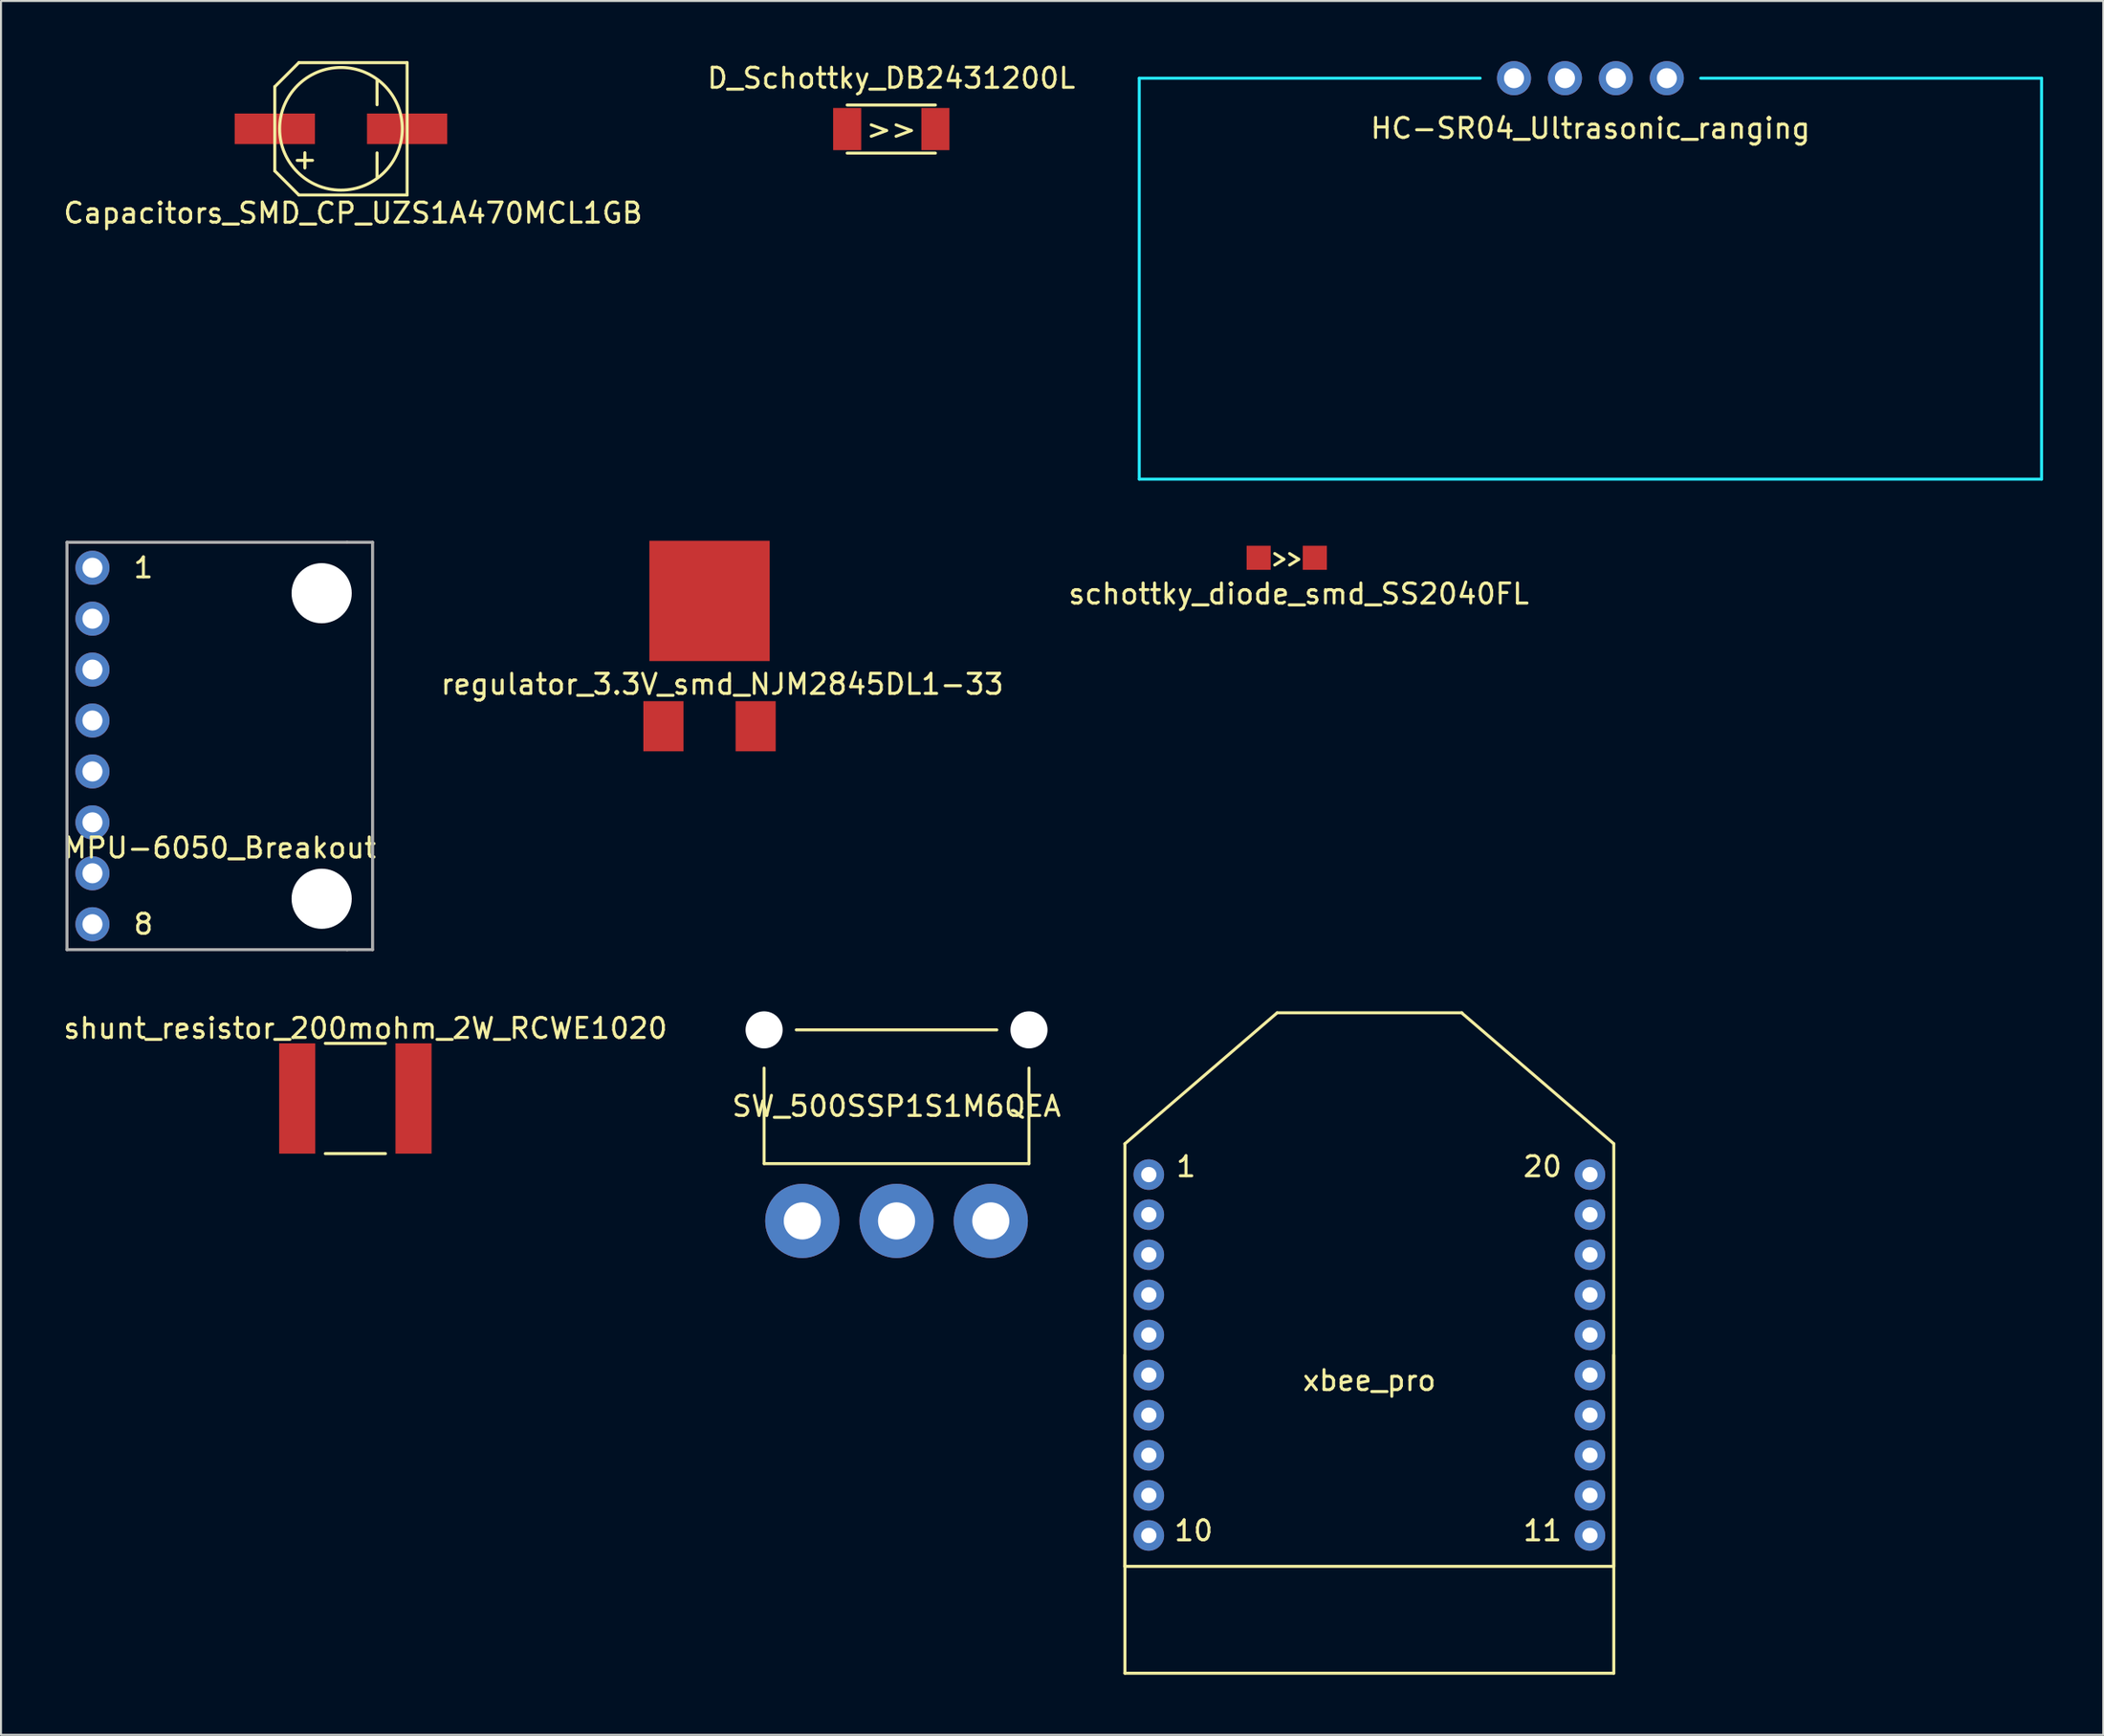
<source format=kicad_pcb>
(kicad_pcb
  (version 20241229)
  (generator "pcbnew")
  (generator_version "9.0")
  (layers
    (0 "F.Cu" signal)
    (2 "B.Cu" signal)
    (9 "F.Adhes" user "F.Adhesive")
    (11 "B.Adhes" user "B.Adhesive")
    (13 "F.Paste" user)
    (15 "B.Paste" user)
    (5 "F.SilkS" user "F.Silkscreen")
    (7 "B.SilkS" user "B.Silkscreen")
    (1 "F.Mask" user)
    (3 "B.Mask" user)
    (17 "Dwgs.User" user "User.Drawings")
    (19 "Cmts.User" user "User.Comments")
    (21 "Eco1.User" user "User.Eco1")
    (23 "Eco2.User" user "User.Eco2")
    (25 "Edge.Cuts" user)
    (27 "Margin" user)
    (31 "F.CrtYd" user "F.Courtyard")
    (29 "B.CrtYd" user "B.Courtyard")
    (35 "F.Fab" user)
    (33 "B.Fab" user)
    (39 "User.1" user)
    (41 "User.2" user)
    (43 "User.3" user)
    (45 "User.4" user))
  (footprint "MPU-6050_Breakout"
    (layer "F.Cu")
    (at 4.101 37.97)
    (property "Reference" "MPU-6050_Breakout" (at 3.81 1.27 0) (layer "F.SilkS") (effects (font (size 1 1) (thickness 0.15))))
    (attr through_hole)
    (fp_line (start -3.81 -13.97) (end -3.81 6.35) (stroke (width 0.15) (type solid)) (layer "F.Fab"))
    (fp_line (start -3.81 6.35) (end 10.16 6.35) (stroke (width 0.15) (type solid)) (layer "F.Fab"))
    (fp_line (start 10.16 -13.97) (end -3.81 -13.97) (stroke (width 0.15) (type solid)) (layer "F.Fab"))
    (fp_line (start 10.16 6.35) (end 11.43 6.35) (stroke (width 0.15) (type solid)) (layer "F.Fab"))
    (fp_line (start 11.43 -13.97) (end 10.16 -13.97) (stroke (width 0.15) (type solid)) (layer "F.Fab"))
    (fp_line (start 11.43 6.35) (end 11.43 -13.97) (stroke (width 0.15) (type solid)) (layer "F.Fab"))
    (fp_text user "8" (at 0 5.08 0) (layer "F.SilkS") (effects (font (size 1 1) (thickness 0.15))))
    (fp_text user "1" (at 0 -12.7 0) (layer "F.SilkS") (effects (font (size 1 1) (thickness 0.15))))
    (pad "" np_thru_hole circle (at 8.89 -11.43) (size 3 3) (drill 3) (layers "*.Cu" "*.Mask"))
    (pad "" np_thru_hole circle (at 8.89 3.81) (size 3 3) (drill 3) (layers "*.Cu" "*.Mask"))
    (pad "1" thru_hole circle (at -2.54 -12.7) (size 1.7 1.7) (drill 1) (layers "*.Cu" "*.Mask"))
    (pad "2" thru_hole circle (at -2.54 -10.16) (size 1.7 1.7) (drill 1) (layers "*.Cu" "*.Mask"))
    (pad "3" thru_hole circle (at -2.54 -7.62) (size 1.7 1.7) (drill 1) (layers "*.Cu" "*.Mask"))
    (pad "4" thru_hole circle (at -2.54 -5.08) (size 1.7 1.7) (drill 1) (layers "*.Cu" "*.Mask"))
    (pad "5" thru_hole circle (at -2.54 -2.54) (size 1.7 1.7) (drill 1) (layers "*.Cu" "*.Mask"))
    (pad "6" thru_hole circle (at -2.54 0) (size 1.7 1.7) (drill 1) (layers "*.Cu" "*.Mask"))
    (pad "7" thru_hole circle (at -2.54 2.54) (size 1.7 1.7) (drill 1) (layers "*.Cu" "*.Mask"))
    (pad "8" thru_hole circle (at -2.54 5.08) (size 1.7 1.7) (drill 1) (layers "*.Cu" "*.Mask")))
  (footprint "shunt_resistor_200mohm_2W_RCWE1020"
    (layer "F.Cu")
    (at 14.673 51.743)
    (property "Reference" "shunt_resistor_200mohm_2W_RCWE1020" (at 0.5 -3.5 0) (layer "F.SilkS") (effects (font (size 1 1) (thickness 0.15))))
    (attr through_hole)
    (fp_line (start -1.5 -2.75) (end 1.5 -2.75) (stroke (width 0.15) (type solid)) (layer "F.SilkS"))
    (fp_line (start -1.5 2.75) (end 1.5 2.75) (stroke (width 0.15) (type solid)) (layer "F.SilkS"))
    (pad "1" smd rect (at -2.9 0) (size 1.8 5.5) (layers "F.Cu" "F.Mask" "F.Paste"))
    (pad "2" smd rect (at 2.9 0) (size 1.8 5.5) (layers "F.Cu" "F.Mask" "F.Paste")))
  (footprint "xbee_pro"
    (layer "F.Cu")
    (at 65.241 64.54)
    (property "Reference" "xbee_pro" (at 0 1.27 0) (layer "F.SilkS") (effects (font (size 1 1) (thickness 0.15))))
    (attr through_hole)
    (fp_line (start -12.19 -10.54) (end -12.19 10.54) (stroke (width 0.15) (type solid)) (layer "F.SilkS"))
    (fp_line (start -12.19 10.54) (end 12.19 10.54) (stroke (width 0.15) (type solid)) (layer "F.SilkS"))
    (fp_line (start -12.19 15.87) (end -12.19 0) (stroke (width 0.15) (type solid)) (layer "F.SilkS"))
    (fp_line (start -12.19 15.87) (end 12.19 15.87) (stroke (width 0.15) (type solid)) (layer "F.SilkS"))
    (fp_line (start -4.6 -17.07) (end -12.19 -10.54) (stroke (width 0.15) (type solid)) (layer "F.SilkS"))
    (fp_line (start -4.6 -17.07) (end 4.62 -17.07) (stroke (width 0.15) (type solid)) (layer "F.SilkS"))
    (fp_line (start 4.6 -17.07) (end 12.19 -10.54) (stroke (width 0.15) (type solid)) (layer "F.SilkS"))
    (fp_line (start 12.19 10.54) (end 12.19 -10.54) (stroke (width 0.15) (type solid)) (layer "F.SilkS"))
    (fp_line (start 12.19 15.87) (end 12.19 0) (stroke (width 0.15) (type solid)) (layer "F.SilkS"))
    (fp_text user "11" (at 8.636 8.763 0) (layer "F.SilkS") (effects (font (size 1 1) (thickness 0.15))))
    (fp_text user "10" (at -8.763 8.763 0) (layer "F.SilkS") (effects (font (size 1 1) (thickness 0.15))))
    (fp_text user "1" (at -9.144 -9.398 0) (layer "F.SilkS") (effects (font (size 1 1) (thickness 0.15))))
    (fp_text user "20" (at 8.636 -9.398 0) (layer "F.SilkS") (effects (font (size 1 1) (thickness 0.15))))
    (pad "1" thru_hole circle (at -11 -9) (size 1.524 1.524) (drill 0.762) (layers "*.Cu" "*.Mask"))
    (pad "2" thru_hole circle (at -11 -7) (size 1.524 1.524) (drill 0.762) (layers "*.Cu" "*.Mask"))
    (pad "3" thru_hole circle (at -11 -5) (size 1.524 1.524) (drill 0.762) (layers "*.Cu" "*.Mask"))
    (pad "4" thru_hole circle (at -11 -3) (size 1.524 1.524) (drill 0.762) (layers "*.Cu" "*.Mask"))
    (pad "5" thru_hole circle (at -11 -1) (size 1.524 1.524) (drill 0.762) (layers "*.Cu" "*.Mask"))
    (pad "6" thru_hole circle (at -11 1) (size 1.524 1.524) (drill 0.762) (layers "*.Cu" "*.Mask"))
    (pad "7" thru_hole circle (at -11 3) (size 1.524 1.524) (drill 0.762) (layers "*.Cu" "*.Mask"))
    (pad "8" thru_hole circle (at -11 5) (size 1.524 1.524) (drill 0.762) (layers "*.Cu" "*.Mask"))
    (pad "9" thru_hole circle (at -11 7) (size 1.524 1.524) (drill 0.762) (layers "*.Cu" "*.Mask"))
    (pad "10" thru_hole circle (at -11 9) (size 1.524 1.524) (drill 0.762) (layers "*.Cu" "*.Mask"))
    (pad "11" thru_hole circle (at 11 9) (size 1.524 1.524) (drill 0.762) (layers "*.Cu" "*.Mask"))
    (pad "12" thru_hole circle (at 11 7) (size 1.524 1.524) (drill 0.762) (layers "*.Cu" "*.Mask"))
    (pad "13" thru_hole circle (at 11 5) (size 1.524 1.524) (drill 0.762) (layers "*.Cu" "*.Mask"))
    (pad "14" thru_hole circle (at 11 3) (size 1.524 1.524) (drill 0.762) (layers "*.Cu" "*.Mask"))
    (pad "15" thru_hole circle (at 11 1) (size 1.524 1.524) (drill 0.762) (layers "*.Cu" "*.Mask"))
    (pad "16" thru_hole circle (at 11 -1) (size 1.524 1.524) (drill 0.762) (layers "*.Cu" "*.Mask"))
    (pad "17" thru_hole circle (at 11 -3) (size 1.524 1.524) (drill 0.762) (layers "*.Cu" "*.Mask"))
    (pad "18" thru_hole circle (at 11 -5) (size 1.524 1.524) (drill 0.762) (layers "*.Cu" "*.Mask"))
    (pad "19" thru_hole circle (at 11 -7) (size 1.524 1.524) (drill 0.762) (layers "*.Cu" "*.Mask"))
    (pad "20" thru_hole circle (at 11 -9) (size 1.524 1.524) (drill 0.762) (layers "*.Cu" "*.Mask")))
  (footprint "SW_500SSP1S1M6QEA"
    (layer "F.Cu")
    (at 41.661 53.085)
    (property "Reference" "SW_500SSP1S1M6QEA" (at 0 -0.953 0) (layer "F.SilkS") (effects (font (size 1 1) (thickness 0.15))))
    (attr through_hole)
    (fp_line (start -6.605 1.906) (end -6.605 -2.859) (stroke (width 0.15) (type solid)) (layer "F.SilkS"))
    (fp_line (start -6.605 1.906) (end 6.605 1.906) (stroke (width 0.15) (type solid)) (layer "F.SilkS"))
    (fp_line (start -5 -4.765) (end 5 -4.765) (stroke (width 0.15) (type solid)) (layer "F.SilkS"))
    (fp_line (start 6.605 1.906) (end 6.605 -2.859) (stroke (width 0.15) (type solid)) (layer "F.SilkS"))
    (pad "" np_thru_hole circle (at -6.605 -4.765) (size 1.85 1.85) (drill 1.85) (layers "*.Cu" "*.Mask"))
    (pad "" np_thru_hole circle (at 6.605 -4.765) (size 1.85 1.85) (drill 1.85) (layers "*.Cu" "*.Mask"))
    (pad "1" thru_hole circle (at -4.7 4.765) (size 3.7 3.7) (drill 1.85) (layers "*.Cu" "*.Mask"))
    (pad "2" thru_hole circle (at 0 4.765) (size 3.7 3.7) (drill 1.85) (layers "*.Cu" "*.Mask"))
    (pad "3" thru_hole circle (at 4.7 4.765) (size 3.7 3.7) (drill 1.85) (layers "*.Cu" "*.Mask")))
  (footprint "D_Schottky_DB2431200L"
    (layer "F.Cu")
    (at 41.399 3.388)
    (property "Reference" "D_Schottky_DB2431200L" (at 0 -2.54 0) (layer "F.SilkS") (effects (font (size 1 1) (thickness 0.15))))
    (attr through_hole)
    (fp_line (start -2.2 -1.2) (end 2.2 -1.2) (stroke (width 0.15) (type solid)) (layer "F.SilkS"))
    (fp_line (start -2.2 1.2) (end 2.2 1.2) (stroke (width 0.15) (type solid)) (layer "F.SilkS"))
    (fp_text user ">>" (at 0 0 0) (layer "F.SilkS") (effects (font (size 1 1) (thickness 0.15))))
    (pad "1" smd rect (at -2.2 0) (size 1.4 2.1) (layers "F.Cu" "F.Mask" "F.Paste"))
    (pad "2" smd rect (at 2.2 0) (size 1.4 2.1) (layers "F.Cu" "F.Mask" "F.Paste")))
  (footprint "Capacitors_SMD_CP_UZS1A470MCL1GB"
    (layer "F.Cu")
    (at 13.954 3.375)
    (property "Reference" "Capacitors_SMD_CP_UZS1A470MCL1GB" (at 0.6 4.2 0) (layer "F.SilkS") (effects (font (size 1 1) (thickness 0.15))))
    (attr through_hole)
    (fp_line (start -3.3 -2.1) (end -3.3 2.1) (stroke (width 0.15) (type solid)) (layer "F.SilkS"))
    (fp_line (start -3.3 2.1) (end -2.1 3.3) (stroke (width 0.15) (type solid)) (layer "F.SilkS"))
    (fp_line (start -2.1 -3.3) (end -3.3 -2.1) (stroke (width 0.15) (type solid)) (layer "F.SilkS"))
    (fp_line (start -2.1 3.3) (end 3.3 3.3) (stroke (width 0.15) (type solid)) (layer "F.SilkS"))
    (fp_line (start 1.8 -2.4) (end 1.8 -1.2) (stroke (width 0.15) (type solid)) (layer "F.SilkS"))
    (fp_line (start 1.8 1.2) (end 1.8 2.4) (stroke (width 0.15) (type solid)) (layer "F.SilkS"))
    (fp_line (start 3.3 -3.3) (end -2.1 -3.3) (stroke (width 0.15) (type solid)) (layer "F.SilkS"))
    (fp_line (start 3.3 3.3) (end 3.3 -3.3) (stroke (width 0.15) (type solid)) (layer "F.SilkS"))
    (fp_circle (center 0 0) (end 0.6 -3) (stroke (width 0.15) (type solid)) (fill no) (layer "F.SilkS"))
    (fp_text user "+" (at -1.8 1.5 0) (layer "F.SilkS") (effects (font (size 1 1) (thickness 0.15))))
    (pad "1" smd rect (at -3.3 0) (size 4 1.524) (layers "F.Cu" "F.Mask" "F.Paste"))
    (pad "2" smd rect (at 3.3 0) (size 4 1.524) (layers "F.Cu" "F.Mask" "F.Paste")))
  (footprint "regulator_3.3V_smd_NJM2845DL1-33"
    (layer "F.Cu")
    (at 32.335 29.175)
    (property "Reference" "regulator_3.3V_smd_NJM2845DL1-33" (at 0.635 1.905 0) (layer "F.SilkS") (effects (font (size 1 1) (thickness 0.15))))
    (attr through_hole)
    (pad "1" smd rect (at 0 -2.25) (size 6 6) (layers "F.Cu" "F.Mask" "F.Paste"))
    (pad "2" smd rect (at 2.3 4) (size 2 2.5) (layers "F.Cu" "F.Mask" "F.Paste"))
    (pad "3" smd rect (at -2.3 4) (size 2 2.5) (layers "F.Cu" "F.Mask" "F.Paste")))
  (footprint "HC-SR04_Ultrasonic_ranging"
    (layer "F.Cu")
    (at 76.265 0.85)
    (property "Reference" "HC-SR04_Ultrasonic_ranging" (at 0 2.5 0) (layer "F.SilkS") (effects (font (size 1 1) (thickness 0.15))))
    (attr through_hole)
    (fp_line (start -22.5 0) (end -5.5 0) (stroke (width 0.15) (type solid)) (layer "B.CrtYd"))
    (fp_line (start -22.5 20) (end -22.5 0) (stroke (width 0.15) (type solid)) (layer "B.CrtYd"))
    (fp_line (start 22.5 0) (end 5.5 0) (stroke (width 0.15) (type solid)) (layer "B.CrtYd"))
    (fp_line (start 22.5 0) (end 22.5 20) (stroke (width 0.15) (type solid)) (layer "B.CrtYd"))
    (fp_line (start 22.5 20) (end -22.5 20) (stroke (width 0.15) (type solid)) (layer "B.CrtYd"))
    (pad "1" thru_hole circle (at -3.81 0) (size 1.7 1.7) (drill 1) (layers "*.Cu" "*.Mask"))
    (pad "2" thru_hole circle (at -1.27 0) (size 1.7 1.7) (drill 1) (layers "*.Cu" "*.Mask"))
    (pad "3" thru_hole circle (at 1.27 0) (size 1.7 1.7) (drill 1) (layers "*.Cu" "*.Mask"))
    (pad "4" thru_hole circle (at 3.81 0) (size 1.7 1.7) (drill 1) (layers "*.Cu" "*.Mask")))
  (footprint "schottky_diode_smd_SS2040FL"
    (layer "F.Cu")
    (at 61.12 24.773)
    (property "Reference" "schottky_diode_smd_SS2040FL" (at 0.6 1.8 0) (layer "F.SilkS") (effects (font (size 1 1) (thickness 0.15))))
    (attr through_hole)
    (fp_text user ">>" (at 0 0 0) (layer "F.SilkS") (effects (font (size 1 0.6) (thickness 0.15))))
    (pad "1" smd rect (at 1.4 0) (size 1.2 1.2) (layers "F.Cu" "F.Mask" "F.Paste"))
    (pad "2" smd rect (at -1.4 0) (size 1.2 1.2) (layers "F.Cu" "F.Mask" "F.Paste")))
  (gr_rect
    (start -3 -3)
    (end 101.84 83.485)
    (stroke (width 0.1) (type default))
    (fill no)
    (layer "Edge.Cuts")))
</source>
